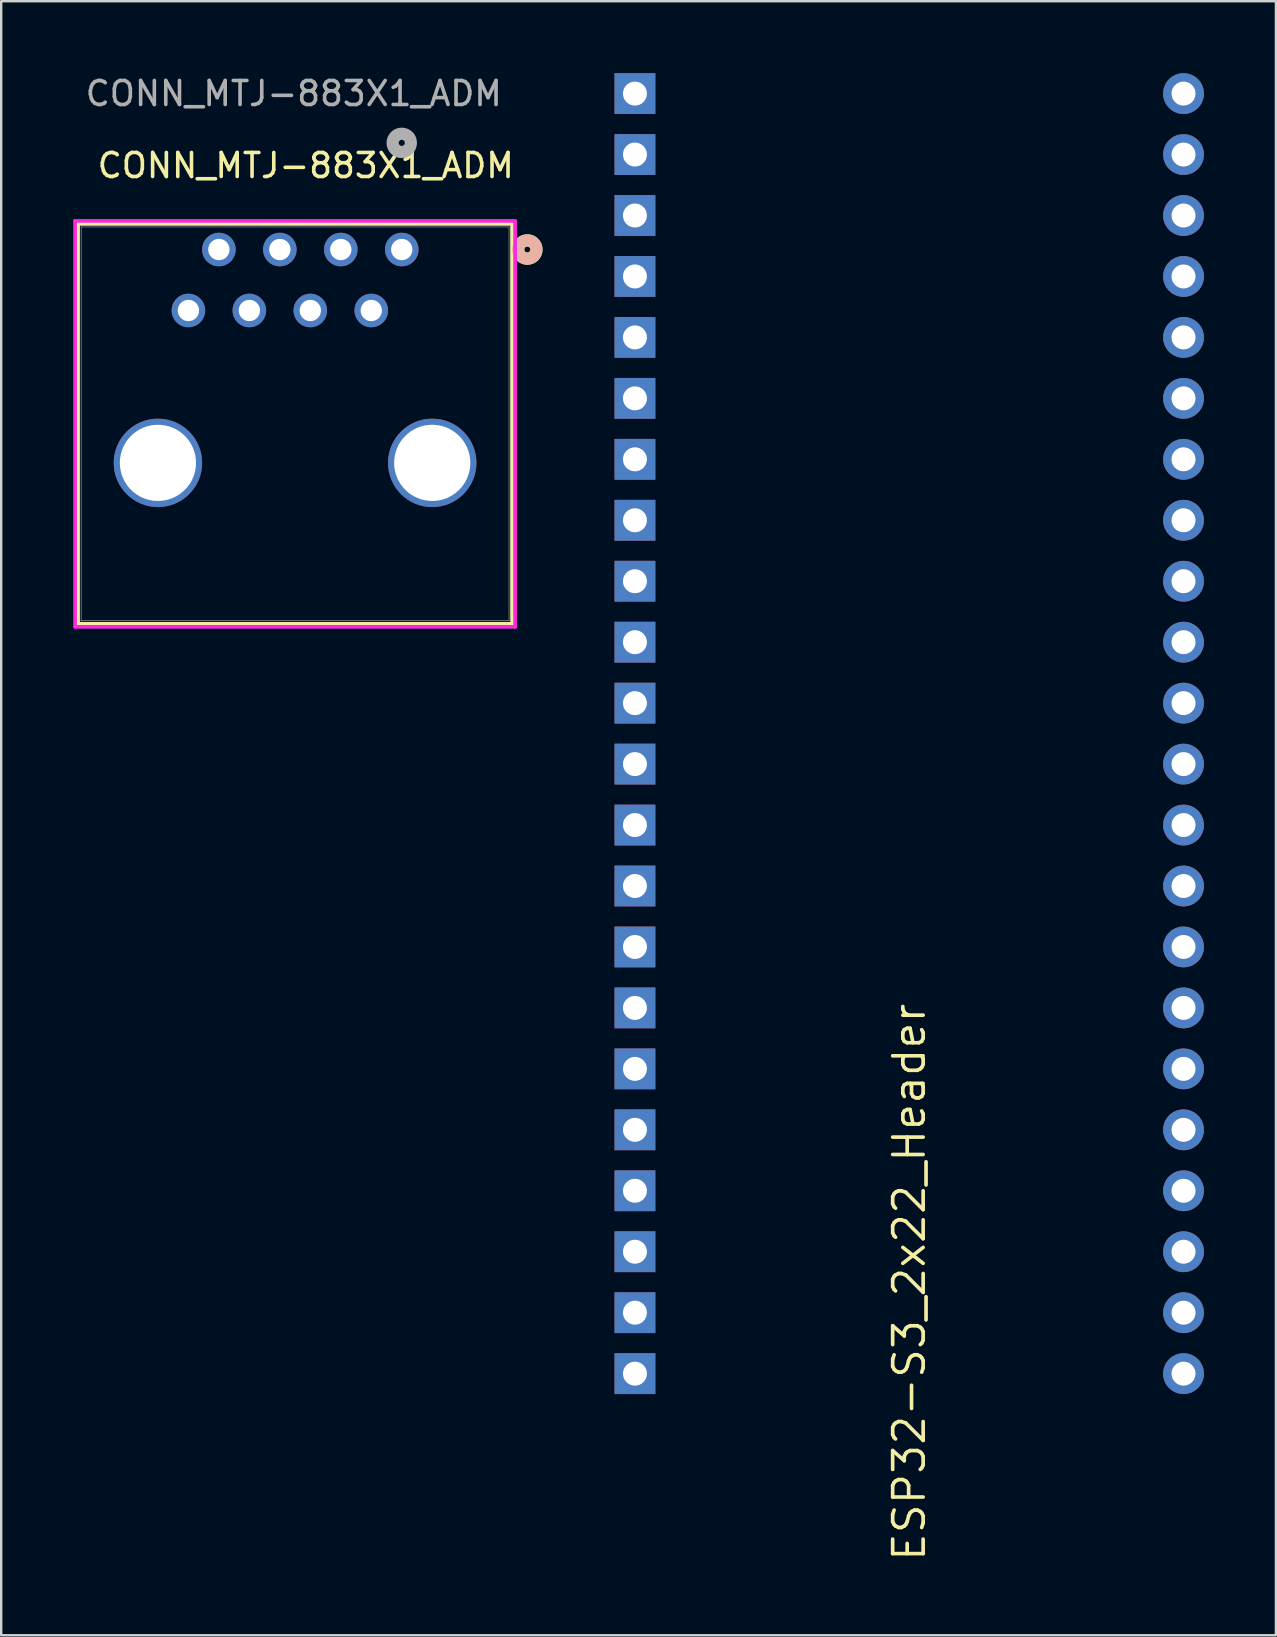
<source format=kicad_pcb>
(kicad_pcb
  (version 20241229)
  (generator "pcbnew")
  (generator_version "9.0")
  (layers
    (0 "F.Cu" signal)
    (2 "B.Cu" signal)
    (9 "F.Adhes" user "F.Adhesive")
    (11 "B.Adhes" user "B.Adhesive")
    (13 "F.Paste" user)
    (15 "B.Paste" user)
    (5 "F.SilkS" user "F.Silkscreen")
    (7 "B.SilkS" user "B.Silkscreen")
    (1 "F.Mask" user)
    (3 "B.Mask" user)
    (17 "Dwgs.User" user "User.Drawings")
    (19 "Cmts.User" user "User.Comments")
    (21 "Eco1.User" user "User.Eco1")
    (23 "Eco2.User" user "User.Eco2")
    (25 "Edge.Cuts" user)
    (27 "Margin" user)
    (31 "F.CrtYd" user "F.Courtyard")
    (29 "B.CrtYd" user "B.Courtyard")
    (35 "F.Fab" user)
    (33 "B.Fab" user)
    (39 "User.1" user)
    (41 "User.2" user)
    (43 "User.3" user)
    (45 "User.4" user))
  (footprint "ESP32-S3_2x22_Header"
    (layer "F.Cu")
    (at 23.408 54.19)
    (property "Reference" "ESP32-S3_2x22_Header" (at 11.43 -3.81 270) (layer "F.SilkS") (effects (font (size 1.27 1.27) (thickness 0.152))))
    (pad "1" thru_hole rect (at 0 -53.34) (size 1.7 1.7) (drill 1) (layers "*.Cu" "*.Mask"))
    (pad "2" thru_hole rect (at 0 -50.8) (size 1.7 1.7) (drill 1) (layers "*.Cu" "*.Mask"))
    (pad "3" thru_hole rect (at 0 -48.26) (size 1.7 1.7) (drill 1) (layers "*.Cu" "*.Mask"))
    (pad "4" thru_hole rect (at 0 -45.72) (size 1.7 1.7) (drill 1) (layers "*.Cu" "*.Mask"))
    (pad "5" thru_hole rect (at 0 -43.18) (size 1.7 1.7) (drill 1) (layers "*.Cu" "*.Mask"))
    (pad "6" thru_hole rect (at 0 -40.64) (size 1.7 1.7) (drill 1) (layers "*.Cu" "*.Mask"))
    (pad "7" thru_hole rect (at 0 -38.1) (size 1.7 1.7) (drill 1) (layers "*.Cu" "*.Mask"))
    (pad "8" thru_hole rect (at 0 -35.56) (size 1.7 1.7) (drill 1) (layers "*.Cu" "*.Mask"))
    (pad "9" thru_hole rect (at 0 -33.02) (size 1.7 1.7) (drill 1) (layers "*.Cu" "*.Mask"))
    (pad "10" thru_hole rect (at 0 -30.48) (size 1.7 1.7) (drill 1) (layers "*.Cu" "*.Mask"))
    (pad "11" thru_hole rect (at 0 -27.94) (size 1.7 1.7) (drill 1) (layers "*.Cu" "*.Mask"))
    (pad "12" thru_hole rect (at 0 -25.4) (size 1.7 1.7) (drill 1) (layers "*.Cu" "*.Mask"))
    (pad "13" thru_hole rect (at 0 -22.86) (size 1.7 1.7) (drill 1) (layers "*.Cu" "*.Mask"))
    (pad "14" thru_hole rect (at 0 -20.32) (size 1.7 1.7) (drill 1) (layers "*.Cu" "*.Mask"))
    (pad "15" thru_hole rect (at 0 -17.78) (size 1.7 1.7) (drill 1) (layers "*.Cu" "*.Mask"))
    (pad "16" thru_hole rect (at 0 -15.24) (size 1.7 1.7) (drill 1) (layers "*.Cu" "*.Mask"))
    (pad "17" thru_hole rect (at 0 -12.7) (size 1.7 1.7) (drill 1) (layers "*.Cu" "*.Mask"))
    (pad "18" thru_hole rect (at 0 -10.16) (size 1.7 1.7) (drill 1) (layers "*.Cu" "*.Mask"))
    (pad "19" thru_hole rect (at 0 -7.62) (size 1.7 1.7) (drill 1) (layers "*.Cu" "*.Mask"))
    (pad "20" thru_hole rect (at 0 -5.08) (size 1.7 1.7) (drill 1) (layers "*.Cu" "*.Mask"))
    (pad "21" thru_hole rect (at 0 -2.54) (size 1.7 1.7) (drill 1) (layers "*.Cu" "*.Mask"))
    (pad "22" thru_hole rect (at 0 0) (size 1.7 1.7) (drill 1) (layers "*.Cu" "*.Mask"))
    (pad "23" thru_hole oval (at 22.86 -53.34) (size 1.7 1.7) (drill 1) (layers "*.Cu" "*.Mask"))
    (pad "24" thru_hole oval (at 22.86 -50.8) (size 1.7 1.7) (drill 1) (layers "*.Cu" "*.Mask"))
    (pad "25" thru_hole oval (at 22.86 -48.26) (size 1.7 1.7) (drill 1) (layers "*.Cu" "*.Mask"))
    (pad "26" thru_hole oval (at 22.86 -45.72) (size 1.7 1.7) (drill 1) (layers "*.Cu" "*.Mask"))
    (pad "27" thru_hole oval (at 22.86 -43.18) (size 1.7 1.7) (drill 1) (layers "*.Cu" "*.Mask"))
    (pad "28" thru_hole oval (at 22.86 -40.64) (size 1.7 1.7) (drill 1) (layers "*.Cu" "*.Mask"))
    (pad "29" thru_hole oval (at 22.86 -38.1) (size 1.7 1.7) (drill 1) (layers "*.Cu" "*.Mask"))
    (pad "30" thru_hole oval (at 22.86 -35.56) (size 1.7 1.7) (drill 1) (layers "*.Cu" "*.Mask"))
    (pad "31" thru_hole oval (at 22.86 -33.02) (size 1.7 1.7) (drill 1) (layers "*.Cu" "*.Mask"))
    (pad "32" thru_hole oval (at 22.86 -30.48) (size 1.7 1.7) (drill 1) (layers "*.Cu" "*.Mask"))
    (pad "33" thru_hole oval (at 22.86 -27.94) (size 1.7 1.7) (drill 1) (layers "*.Cu" "*.Mask"))
    (pad "34" thru_hole oval (at 22.86 -25.4) (size 1.7 1.7) (drill 1) (layers "*.Cu" "*.Mask"))
    (pad "35" thru_hole oval (at 22.86 -22.86) (size 1.7 1.7) (drill 1) (layers "*.Cu" "*.Mask"))
    (pad "36" thru_hole oval (at 22.86 -20.32) (size 1.7 1.7) (drill 1) (layers "*.Cu" "*.Mask"))
    (pad "37" thru_hole oval (at 22.86 -17.78) (size 1.7 1.7) (drill 1) (layers "*.Cu" "*.Mask"))
    (pad "38" thru_hole oval (at 22.86 -15.24) (size 1.7 1.7) (drill 1) (layers "*.Cu" "*.Mask"))
    (pad "39" thru_hole oval (at 22.86 -12.7) (size 1.7 1.7) (drill 1) (layers "*.Cu" "*.Mask"))
    (pad "40" thru_hole oval (at 22.86 -10.16) (size 1.7 1.7) (drill 1) (layers "*.Cu" "*.Mask"))
    (pad "41" thru_hole oval (at 22.86 -7.62) (size 1.7 1.7) (drill 1) (layers "*.Cu" "*.Mask"))
    (pad "42" thru_hole oval (at 22.86 -5.08) (size 1.7 1.7) (drill 1) (layers "*.Cu" "*.Mask"))
    (pad "43" thru_hole oval (at 22.86 -2.54) (size 1.7 1.7) (drill 1) (layers "*.Cu" "*.Mask"))
    (pad "44" thru_hole oval (at 22.86 0) (size 1.7 1.7) (drill 1) (layers "*.Cu" "*.Mask")))
  (footprint "CONN_MTJ-883X1_ADM"
    (layer "F.Cu")
    (at 13.691 7.348)
    (property "Reference" "CONN_MTJ-883X1_ADM" (at -4 -3.5 0) (unlocked yes) (layer "F.SilkS") (effects (font (size 1 1) (thickness 0.15))))
    (attr through_hole)
    (fp_line (start -13.487 -1.067) (end -13.487 15.595) (stroke (width 0.152) (type solid)) (layer "F.SilkS"))
    (fp_line (start -13.487 15.595) (end 4.597 15.595) (stroke (width 0.152) (type solid)) (layer "F.SilkS"))
    (fp_line (start 4.597 -1.067) (end -13.487 -1.067) (stroke (width 0.152) (type solid)) (layer "F.SilkS"))
    (fp_line (start 4.597 15.595) (end 4.597 -1.067) (stroke (width 0.152) (type solid)) (layer "F.SilkS"))
    (fp_circle (center 5.232 0) (end 5.613 0) (stroke (width 0.508) (type solid)) (fill no) (layer "F.SilkS"))
    (fp_circle (center 5.232 0) (end 5.613 0) (stroke (width 0.508) (type solid)) (fill no) (layer "B.SilkS"))
    (fp_line (start -13.614 -1.194) (end -13.614 15.722) (stroke (width 0.152) (type solid)) (layer "F.CrtYd"))
    (fp_line (start -13.614 15.722) (end 4.724 15.722) (stroke (width 0.152) (type solid)) (layer "F.CrtYd"))
    (fp_line (start 4.724 -1.194) (end -13.614 -1.194) (stroke (width 0.152) (type solid)) (layer "F.CrtYd"))
    (fp_line (start 4.724 15.722) (end 4.724 -1.194) (stroke (width 0.152) (type solid)) (layer "F.CrtYd"))
    (fp_line (start -13.36 -0.94) (end -13.36 15.468) (stroke (width 0.025) (type solid)) (layer "F.Fab"))
    (fp_line (start -13.36 15.468) (end 4.47 15.468) (stroke (width 0.025) (type solid)) (layer "F.Fab"))
    (fp_line (start 4.47 -0.94) (end -13.36 -0.94) (stroke (width 0.025) (type solid)) (layer "F.Fab"))
    (fp_line (start 4.47 15.468) (end 4.47 -0.94) (stroke (width 0.025) (type solid)) (layer "F.Fab"))
    (fp_circle (center 0 -4.445) (end 0.381 -4.445) (stroke (width 0.508) (type solid)) (fill no) (layer "F.Fab"))
    (fp_text user "${REFERENCE}" (at -4.5 -6.5 0) (unlocked yes) (layer "F.Fab") (effects (font (size 1 1) (thickness 0.15))))
    (pad "1" thru_hole circle (at 0 0) (size 1.397 1.397) (drill 0.889) (layers "*.Cu" "*.Mask"))
    (pad "2" thru_hole circle (at -1.27 2.54) (size 1.397 1.397) (drill 0.889) (layers "*.Cu" "*.Mask"))
    (pad "3" thru_hole circle (at -2.54 0) (size 1.397 1.397) (drill 0.889) (layers "*.Cu" "*.Mask"))
    (pad "4" thru_hole circle (at -3.81 2.54) (size 1.397 1.397) (drill 0.889) (layers "*.Cu" "*.Mask"))
    (pad "5" thru_hole circle (at -5.08 0) (size 1.397 1.397) (drill 0.889) (layers "*.Cu" "*.Mask"))
    (pad "6" thru_hole circle (at -6.35 2.54) (size 1.397 1.397) (drill 0.889) (layers "*.Cu" "*.Mask"))
    (pad "7" thru_hole circle (at -7.62 0) (size 1.397 1.397) (drill 0.889) (layers "*.Cu" "*.Mask"))
    (pad "8" thru_hole circle (at -8.89 2.54) (size 1.397 1.397) (drill 0.889) (layers "*.Cu" "*.Mask"))
    (pad "9" thru_hole circle (at -10.16 8.89) (size 3.683 3.683) (drill 3.175) (layers "*.Cu" "*.Mask"))
    (pad "10" thru_hole circle (at 1.27 8.89) (size 3.683 3.683) (drill 3.175) (layers "*.Cu" "*.Mask")))
  (gr_rect
    (start -3 -3)
    (end 50.118 65.093)
    (stroke (width 0.1) (type default))
    (fill no)
    (layer "Edge.Cuts")))
</source>
